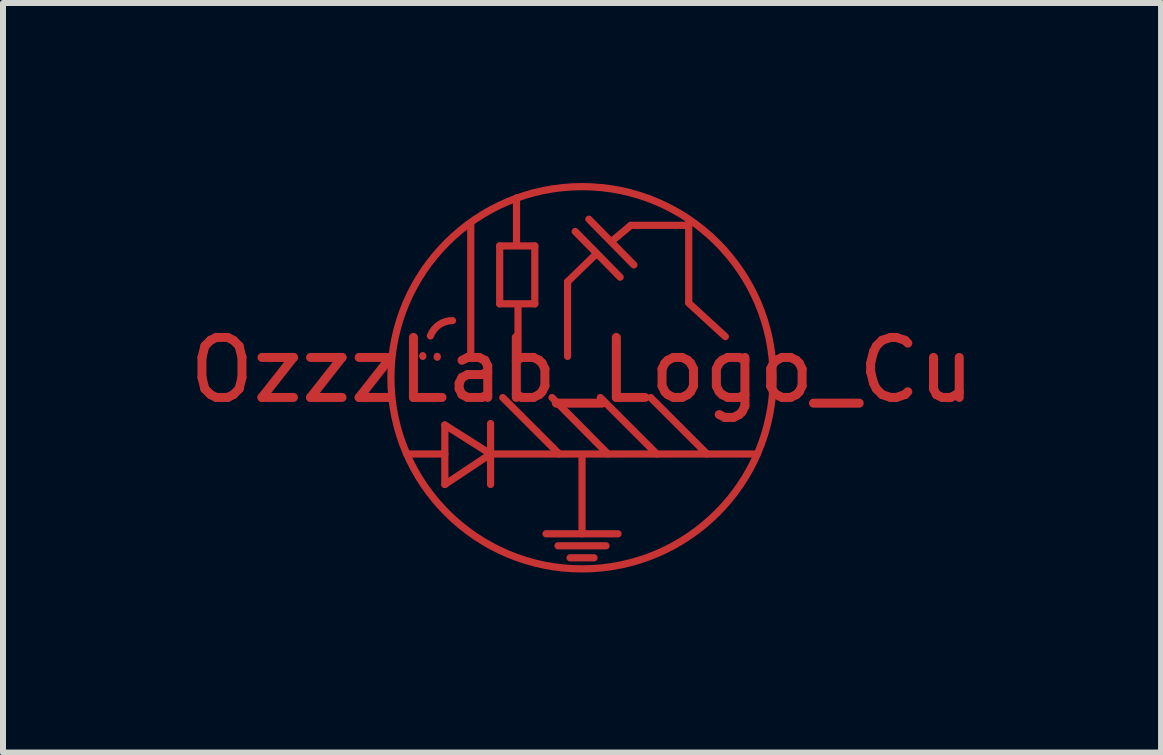
<source format=kicad_pcb>
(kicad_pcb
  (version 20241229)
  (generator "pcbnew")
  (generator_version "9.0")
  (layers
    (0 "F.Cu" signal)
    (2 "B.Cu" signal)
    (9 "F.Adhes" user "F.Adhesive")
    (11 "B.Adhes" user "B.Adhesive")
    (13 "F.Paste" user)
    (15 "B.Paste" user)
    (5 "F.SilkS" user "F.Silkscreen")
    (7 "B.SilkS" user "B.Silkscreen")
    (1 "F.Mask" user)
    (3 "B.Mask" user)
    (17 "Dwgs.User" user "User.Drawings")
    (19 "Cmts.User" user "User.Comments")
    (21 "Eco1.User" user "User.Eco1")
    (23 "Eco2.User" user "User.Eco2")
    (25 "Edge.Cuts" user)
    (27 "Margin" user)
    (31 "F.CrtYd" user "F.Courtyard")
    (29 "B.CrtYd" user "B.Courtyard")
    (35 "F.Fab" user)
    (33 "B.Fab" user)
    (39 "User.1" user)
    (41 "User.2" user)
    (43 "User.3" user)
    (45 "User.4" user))
  (footprint "OzzzLab_Logo_Cu"
    (layer "F.Cu")
    (at 6.649 3.245)
    (property "Reference" "OzzzLab_Logo_Cu" (at 0 -0.127 0) (layer "F.Cu") (effects (font (size 1 1) (thickness 0.15))))
    (attr through_hole)
    (fp_line (start -2.654 -0.356) (end -2.654 -0.368) (stroke (width 0.12) (type solid)) (layer "F.Cu"))
    (fp_line (start -2.413 -0.343) (end -2.413 -0.356) (stroke (width 0.12) (type solid)) (layer "F.Cu"))
    (fp_line (start -2.286 0.787) (end -1.524 1.27) (stroke (width 0.12) (type solid)) (layer "F.Cu"))
    (fp_line (start -2.286 1.27) (end -2.921 1.27) (stroke (width 0.12) (type solid)) (layer "F.Cu"))
    (fp_line (start -2.286 1.778) (end -2.286 0.787) (stroke (width 0.12) (type solid)) (layer "F.Cu"))
    (fp_line (start -1.854 -0.343) (end -1.854 -2.565) (stroke (width 0.12) (type solid)) (layer "F.Cu"))
    (fp_line (start -1.524 0.762) (end -1.524 1.778) (stroke (width 0.12) (type solid)) (layer "F.Cu"))
    (fp_line (start -1.524 1.27) (end -2.286 1.778) (stroke (width 0.12) (type solid)) (layer "F.Cu"))
    (fp_line (start -1.524 1.27) (end 2.921 1.27) (stroke (width 0.12) (type solid)) (layer "F.Cu"))
    (fp_line (start -1.372 -2.197) (end -1.372 -1.232) (stroke (width 0.12) (type solid)) (layer "F.Cu"))
    (fp_line (start -1.372 -1.232) (end -0.787 -1.232) (stroke (width 0.12) (type solid)) (layer "F.Cu"))
    (fp_line (start -1.321 0.33) (end -0.381 1.27) (stroke (width 0.12) (type solid)) (layer "F.Cu"))
    (fp_line (start -1.092 -2.21) (end -1.092 -2.997) (stroke (width 0.12) (type solid)) (layer "F.Cu"))
    (fp_line (start -1.067 -0.33) (end -1.067 -1.219) (stroke (width 0.12) (type solid)) (layer "F.Cu"))
    (fp_line (start -0.787 -2.197) (end -1.372 -2.197) (stroke (width 0.12) (type solid)) (layer "F.Cu"))
    (fp_line (start -0.787 -1.232) (end -0.787 -2.197) (stroke (width 0.12) (type solid)) (layer "F.Cu"))
    (fp_line (start -0.6 2.6) (end 0.6 2.6) (stroke (width 0.12) (type solid)) (layer "F.Cu"))
    (fp_line (start -0.5 0.33) (end 0.432 1.27) (stroke (width 0.12) (type solid)) (layer "F.Cu"))
    (fp_line (start -0.4 2.8) (end 0.4 2.8) (stroke (width 0.12) (type solid)) (layer "F.Cu"))
    (fp_line (start -0.241 -1.6) (end 0.229 -2.057) (stroke (width 0.12) (type solid)) (layer "F.Cu"))
    (fp_line (start -0.241 -0.356) (end -0.241 -1.6) (stroke (width 0.12) (type solid)) (layer "F.Cu"))
    (fp_line (start -0.2 3) (end 0.2 3) (stroke (width 0.12) (type solid)) (layer "F.Cu"))
    (fp_line (start -0.114 -2.438) (end 0.635 -1.676) (stroke (width 0.12) (type solid)) (layer "F.Cu"))
    (fp_line (start 0 1.346) (end 0 2.6) (stroke (width 0.12) (type solid)) (layer "F.Cu"))
    (fp_line (start 0.114 -2.642) (end 0.864 -1.88) (stroke (width 0.12) (type solid)) (layer "F.Cu"))
    (fp_line (start 0.305 0.33) (end 1.245 1.27) (stroke (width 0.12) (type solid)) (layer "F.Cu"))
    (fp_line (start 0.813 -2.54) (end 0.508 -2.286) (stroke (width 0.12) (type solid)) (layer "F.Cu"))
    (fp_line (start 0.813 -2.54) (end 1.778 -2.54) (stroke (width 0.12) (type solid)) (layer "F.Cu"))
    (fp_line (start 1.143 0.33) (end 2.083 1.27) (stroke (width 0.12) (type solid)) (layer "F.Cu"))
    (fp_line (start 1.778 -1.257) (end 1.778 -2.616) (stroke (width 0.12) (type solid)) (layer "F.Cu"))
    (fp_line (start 2.388 -0.686) (end 1.778 -1.245) (stroke (width 0.12) (type solid)) (layer "F.Cu"))
    (fp_arc (start -2.527527 -0.69732) (mid -2.383126 -0.882478) (end -2.159 -0.9525) (stroke (width 0.12) (type solid)) (layer "F.Cu"))
    (fp_circle (center 0 0) (end 3.185 0) (stroke (width 0.12) (type solid)) (fill no) (layer "F.Cu")))
  (gr_rect
    (start -3 -3)
    (end 16.298 9.49)
    (stroke (width 0.1) (type default))
    (fill no)
    (layer "Edge.Cuts")))
</source>
